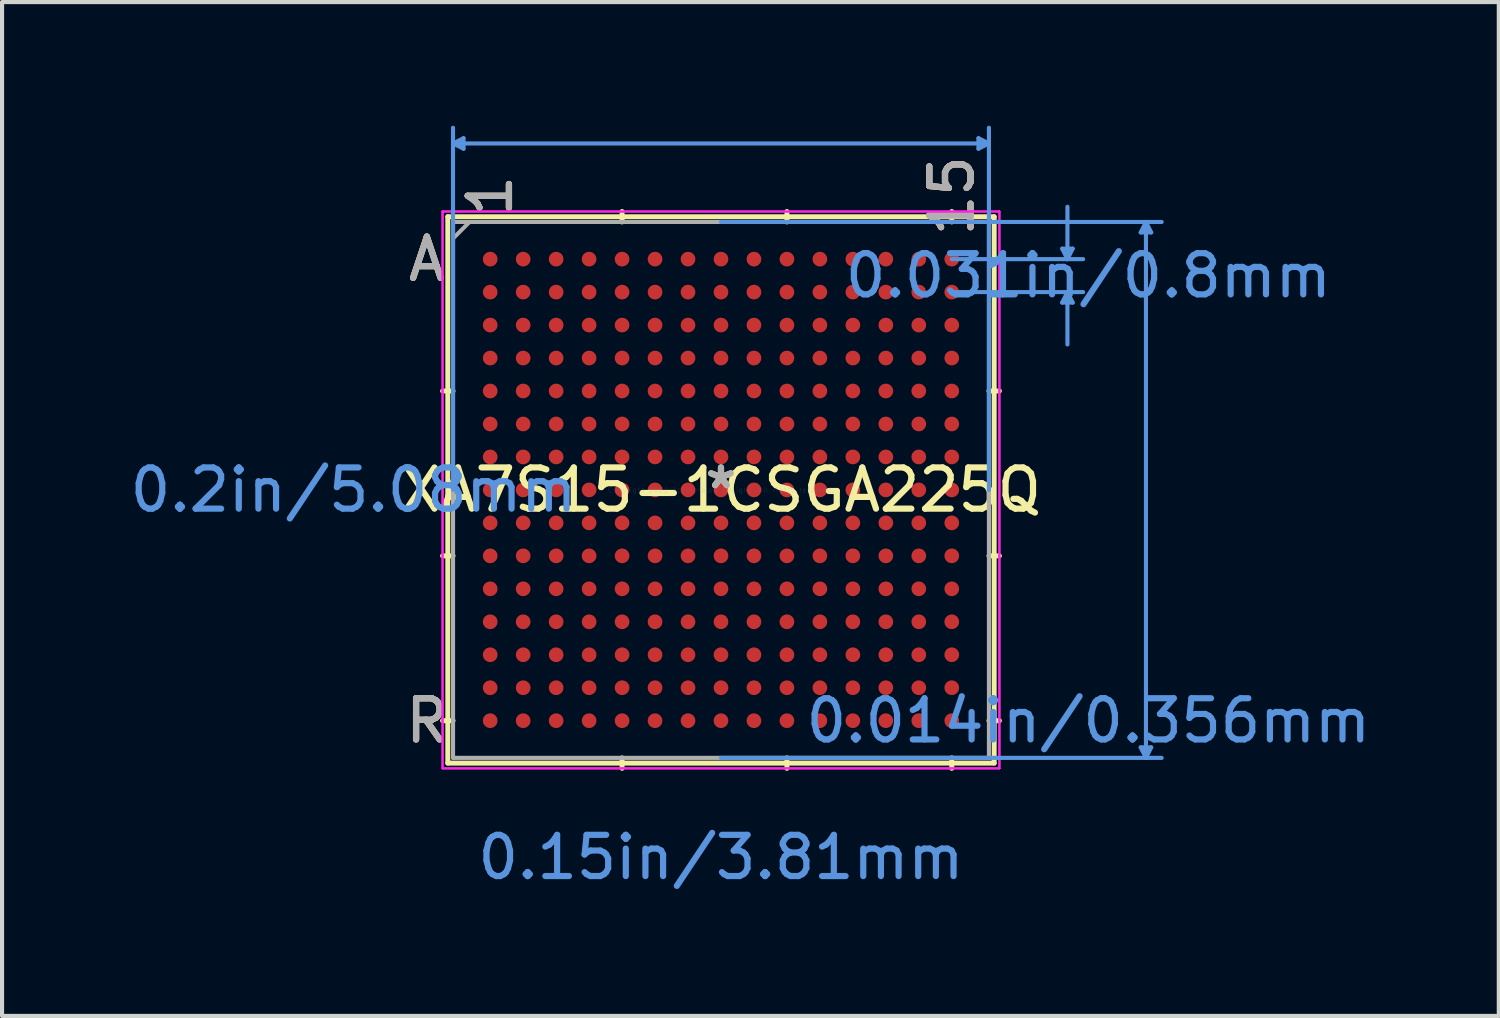
<source format=kicad_pcb>
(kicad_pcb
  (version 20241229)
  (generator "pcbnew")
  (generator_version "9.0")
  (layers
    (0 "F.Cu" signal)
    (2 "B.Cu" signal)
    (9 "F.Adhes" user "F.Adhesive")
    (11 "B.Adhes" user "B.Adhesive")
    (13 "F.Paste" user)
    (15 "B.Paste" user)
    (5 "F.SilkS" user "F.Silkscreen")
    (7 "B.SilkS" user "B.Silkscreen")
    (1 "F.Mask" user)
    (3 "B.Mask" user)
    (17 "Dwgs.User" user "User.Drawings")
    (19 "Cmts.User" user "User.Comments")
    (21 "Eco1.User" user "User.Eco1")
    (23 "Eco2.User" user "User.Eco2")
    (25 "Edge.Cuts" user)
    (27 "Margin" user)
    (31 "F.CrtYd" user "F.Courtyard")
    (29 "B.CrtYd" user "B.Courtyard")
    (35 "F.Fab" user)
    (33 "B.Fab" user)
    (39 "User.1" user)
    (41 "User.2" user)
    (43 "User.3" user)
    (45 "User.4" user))
  (footprint "XA7S15-1CSGA225Q"
    (layer "F.Cu")
    (at 14.445 8.838)
    (property "Reference" "XA7S15-1CSGA225Q" (at 0 0 0) (layer "F.SilkS") (effects (font (size 1 1) (thickness 0.15))))
    (attr through_hole)
    (fp_line (start -6.629 -6.629) (end -6.629 6.629) (stroke (width 0.12) (type solid)) (layer "F.SilkS"))
    (fp_line (start -6.629 6.629) (end 6.629 6.629) (stroke (width 0.12) (type solid)) (layer "F.SilkS"))
    (fp_line (start -6.502 -2.4) (end -6.756 -2.4) (stroke (width 0.12) (type solid)) (layer "F.SilkS"))
    (fp_line (start -6.502 1.6) (end -6.756 1.6) (stroke (width 0.12) (type solid)) (layer "F.SilkS"))
    (fp_line (start -6.502 5.6) (end -6.756 5.6) (stroke (width 0.12) (type solid)) (layer "F.SilkS"))
    (fp_line (start -2.4 -6.502) (end -2.4 -6.756) (stroke (width 0.12) (type solid)) (layer "F.SilkS"))
    (fp_line (start -2.4 6.502) (end -2.4 6.756) (stroke (width 0.12) (type solid)) (layer "F.SilkS"))
    (fp_line (start 1.6 -6.502) (end 1.6 -6.756) (stroke (width 0.12) (type solid)) (layer "F.SilkS"))
    (fp_line (start 1.6 6.502) (end 1.6 6.756) (stroke (width 0.12) (type solid)) (layer "F.SilkS"))
    (fp_line (start 5.6 -6.502) (end 5.6 -6.756) (stroke (width 0.12) (type solid)) (layer "F.SilkS"))
    (fp_line (start 5.6 6.502) (end 5.6 6.756) (stroke (width 0.12) (type solid)) (layer "F.SilkS"))
    (fp_line (start 6.502 -2.4) (end 6.756 -2.4) (stroke (width 0.12) (type solid)) (layer "F.SilkS"))
    (fp_line (start 6.502 1.6) (end 6.756 1.6) (stroke (width 0.12) (type solid)) (layer "F.SilkS"))
    (fp_line (start 6.502 5.6) (end 6.756 5.6) (stroke (width 0.12) (type solid)) (layer "F.SilkS"))
    (fp_line (start 6.629 -6.629) (end -6.629 -6.629) (stroke (width 0.12) (type solid)) (layer "F.SilkS"))
    (fp_line (start 6.629 6.629) (end 6.629 -6.629) (stroke (width 0.12) (type solid)) (layer "F.SilkS"))
    (fp_line (start -6.502 -8.407) (end -6.248 -8.534) (stroke (width 0.1) (type solid)) (layer "Cmts.User"))
    (fp_line (start -6.502 -8.407) (end -6.248 -8.28) (stroke (width 0.1) (type solid)) (layer "Cmts.User"))
    (fp_line (start -6.502 -8.407) (end 6.502 -8.407) (stroke (width 0.1) (type solid)) (layer "Cmts.User"))
    (fp_line (start -6.502 0) (end -6.502 -8.788) (stroke (width 0.1) (type solid)) (layer "Cmts.User"))
    (fp_line (start -6.248 -8.534) (end -6.248 -8.28) (stroke (width 0.1) (type solid)) (layer "Cmts.User"))
    (fp_line (start 0 -6.502) (end 10.693 -6.502) (stroke (width 0.1) (type solid)) (layer "Cmts.User"))
    (fp_line (start 0 6.502) (end 10.693 6.502) (stroke (width 0.1) (type solid)) (layer "Cmts.User"))
    (fp_line (start 5.6 -5.6) (end 8.788 -5.6) (stroke (width 0.1) (type solid)) (layer "Cmts.User"))
    (fp_line (start 5.6 -4.8) (end 8.788 -4.8) (stroke (width 0.1) (type solid)) (layer "Cmts.User"))
    (fp_line (start 6.248 -8.534) (end 6.248 -8.28) (stroke (width 0.1) (type solid)) (layer "Cmts.User"))
    (fp_line (start 6.502 -8.407) (end 6.248 -8.534) (stroke (width 0.1) (type solid)) (layer "Cmts.User"))
    (fp_line (start 6.502 -8.407) (end 6.248 -8.28) (stroke (width 0.1) (type solid)) (layer "Cmts.User"))
    (fp_line (start 6.502 0) (end 6.502 -8.788) (stroke (width 0.1) (type solid)) (layer "Cmts.User"))
    (fp_line (start 8.28 -5.854) (end 8.534 -5.854) (stroke (width 0.1) (type solid)) (layer "Cmts.User"))
    (fp_line (start 8.28 -4.546) (end 8.534 -4.546) (stroke (width 0.1) (type solid)) (layer "Cmts.User"))
    (fp_line (start 8.407 -5.6) (end 8.28 -5.854) (stroke (width 0.1) (type solid)) (layer "Cmts.User"))
    (fp_line (start 8.407 -5.6) (end 8.407 -6.87) (stroke (width 0.1) (type solid)) (layer "Cmts.User"))
    (fp_line (start 8.407 -5.6) (end 8.534 -5.854) (stroke (width 0.1) (type solid)) (layer "Cmts.User"))
    (fp_line (start 8.407 -4.8) (end 8.28 -4.546) (stroke (width 0.1) (type solid)) (layer "Cmts.User"))
    (fp_line (start 8.407 -4.8) (end 8.407 -3.53) (stroke (width 0.1) (type solid)) (layer "Cmts.User"))
    (fp_line (start 8.407 -4.8) (end 8.534 -4.546) (stroke (width 0.1) (type solid)) (layer "Cmts.User"))
    (fp_line (start 10.185 -6.248) (end 10.439 -6.248) (stroke (width 0.1) (type solid)) (layer "Cmts.User"))
    (fp_line (start 10.185 6.248) (end 10.439 6.248) (stroke (width 0.1) (type solid)) (layer "Cmts.User"))
    (fp_line (start 10.312 -6.502) (end 10.185 -6.248) (stroke (width 0.1) (type solid)) (layer "Cmts.User"))
    (fp_line (start 10.312 -6.502) (end 10.312 6.502) (stroke (width 0.1) (type solid)) (layer "Cmts.User"))
    (fp_line (start 10.312 -6.502) (end 10.439 -6.248) (stroke (width 0.1) (type solid)) (layer "Cmts.User"))
    (fp_line (start 10.312 6.502) (end 10.185 6.248) (stroke (width 0.1) (type solid)) (layer "Cmts.User"))
    (fp_line (start 10.312 6.502) (end 10.439 6.248) (stroke (width 0.1) (type solid)) (layer "Cmts.User"))
    (fp_line (start -6.756 -6.756) (end 6.756 -6.756) (stroke (width 0.05) (type solid)) (layer "F.CrtYd"))
    (fp_line (start -6.756 -6.756) (end 6.756 -6.756) (stroke (width 0.05) (type solid)) (layer "F.CrtYd"))
    (fp_line (start -6.756 6.756) (end -6.756 -6.756) (stroke (width 0.05) (type solid)) (layer "F.CrtYd"))
    (fp_line (start -6.756 6.756) (end -6.756 -6.756) (stroke (width 0.05) (type solid)) (layer "F.CrtYd"))
    (fp_line (start 6.756 -6.756) (end 6.756 6.756) (stroke (width 0.05) (type solid)) (layer "F.CrtYd"))
    (fp_line (start 6.756 -6.756) (end 6.756 6.756) (stroke (width 0.05) (type solid)) (layer "F.CrtYd"))
    (fp_line (start 6.756 6.756) (end -6.756 6.756) (stroke (width 0.05) (type solid)) (layer "F.CrtYd"))
    (fp_line (start 6.756 6.756) (end -6.756 6.756) (stroke (width 0.05) (type solid)) (layer "F.CrtYd"))
    (fp_line (start -6.502 -6.502) (end -6.502 6.502) (stroke (width 0.1) (type solid)) (layer "F.Fab"))
    (fp_line (start -6.502 6.502) (end 6.502 6.502) (stroke (width 0.1) (type solid)) (layer "F.Fab"))
    (fp_line (start -6.102 -6.502) (end -6.502 -6.102) (stroke (width 0.1) (type solid)) (layer "F.Fab"))
    (fp_line (start 6.502 -6.502) (end -6.502 -6.502) (stroke (width 0.1) (type solid)) (layer "F.Fab"))
    (fp_line (start 6.502 6.502) (end 6.502 -6.502) (stroke (width 0.1) (type solid)) (layer "F.Fab"))
    (fp_text user "A" (at -7.137 -5.6 0) (layer "F.SilkS") (effects (font (size 1 1) (thickness 0.15))))
    (fp_text user "*" (at 0 0 0) (layer "F.SilkS") (effects (font (size 1 1) (thickness 0.15))))
    (fp_text user "R" (at -7.137 5.6 0) (layer "F.SilkS") (effects (font (size 1 1) (thickness 0.15))))
    (fp_text user "15" (at 5.6 -7.137 90) (layer "F.SilkS") (effects (font (size 1 1) (thickness 0.15))))
    (fp_text user "1" (at -5.6 -7.137 90) (layer "F.SilkS") (effects (font (size 1 1) (thickness 0.15))))
    (fp_text user "A" (at -7.137 -5.6 0) (layer "B.SilkS") (effects (font (size 1 1) (thickness 0.15))))
    (fp_text user "R" (at -7.137 5.6 0) (layer "B.SilkS") (effects (font (size 1 1) (thickness 0.15))))
    (fp_text user "1" (at -5.6 -7.137 90) (layer "B.SilkS") (effects (font (size 1 1) (thickness 0.15))))
    (fp_text user "15" (at 5.6 -7.137 90) (layer "B.SilkS") (effects (font (size 1 1) (thickness 0.15))))
    (fp_text user "0.031in/0.8mm" (at 8.915 -5.2 0) (layer "Cmts.User") (effects (font (size 1 1) (thickness 0.15))))
    (fp_text user "Copyright 2021 Accelerated Designs. All rights reserved." (at 0 0 0) (layer "Cmts.User") (effects (font (size 0.127 0.127) (thickness 0.002))))
    (fp_text user "0.014in/0.356mm" (at 8.915 5.6 0) (layer "Cmts.User") (effects (font (size 1 1) (thickness 0.15))))
    (fp_text user "0.2in/5.08mm" (at -8.915 0 0) (layer "Cmts.User") (effects (font (size 1 1) (thickness 0.15))))
    (fp_text user "0.15in/3.81mm" (at 0 8.915 0) (layer "Cmts.User") (effects (font (size 1 1) (thickness 0.15))))
    (fp_text user "A" (at -7.137 -5.6 0) (layer "F.Fab") (effects (font (size 1 1) (thickness 0.15))))
    (fp_text user "*" (at 0 0 0) (layer "F.Fab") (effects (font (size 1 1) (thickness 0.15))))
    (fp_text user "1" (at -5.6 -7.137 90) (layer "F.Fab") (effects (font (size 1 1) (thickness 0.15))))
    (fp_text user "15" (at 5.6 -7.137 90) (layer "F.Fab") (effects (font (size 1 1) (thickness 0.15))))
    (fp_text user "R" (at -7.137 5.6 0) (layer "F.Fab") (effects (font (size 1 1) (thickness 0.15))))
    (pad "A1" smd circle (at -5.6 -5.6) (size 0.356 0.356) (layers "F.Cu" "F.Mask" "F.Paste"))
    (pad "A2" smd circle (at -4.8 -5.6) (size 0.356 0.356) (layers "F.Cu" "F.Mask" "F.Paste"))
    (pad "A3" smd circle (at -4 -5.6) (size 0.356 0.356) (layers "F.Cu" "F.Mask" "F.Paste"))
    (pad "A4" smd circle (at -3.2 -5.6) (size 0.356 0.356) (layers "F.Cu" "F.Mask" "F.Paste"))
    (pad "A5" smd circle (at -2.4 -5.6) (size 0.356 0.356) (layers "F.Cu" "F.Mask" "F.Paste"))
    (pad "A6" smd circle (at -1.6 -5.6) (size 0.356 0.356) (layers "F.Cu" "F.Mask" "F.Paste"))
    (pad "A7" smd circle (at -0.8 -5.6) (size 0.356 0.356) (layers "F.Cu" "F.Mask" "F.Paste"))
    (pad "A8" smd circle (at 0 -5.6) (size 0.356 0.356) (layers "F.Cu" "F.Mask" "F.Paste"))
    (pad "A9" smd circle (at 0.8 -5.6) (size 0.356 0.356) (layers "F.Cu" "F.Mask" "F.Paste"))
    (pad "A10" smd circle (at 1.6 -5.6) (size 0.356 0.356) (layers "F.Cu" "F.Mask" "F.Paste"))
    (pad "A11" smd circle (at 2.4 -5.6) (size 0.356 0.356) (layers "F.Cu" "F.Mask" "F.Paste"))
    (pad "A12" smd circle (at 3.2 -5.6) (size 0.356 0.356) (layers "F.Cu" "F.Mask" "F.Paste"))
    (pad "A13" smd circle (at 4 -5.6) (size 0.356 0.356) (layers "F.Cu" "F.Mask" "F.Paste"))
    (pad "A14" smd circle (at 4.8 -5.6) (size 0.356 0.356) (layers "F.Cu" "F.Mask" "F.Paste"))
    (pad "A15" smd circle (at 5.6 -5.6) (size 0.356 0.356) (layers "F.Cu" "F.Mask" "F.Paste"))
    (pad "B1" smd circle (at -5.6 -4.8) (size 0.356 0.356) (layers "F.Cu" "F.Mask" "F.Paste"))
    (pad "B2" smd circle (at -4.8 -4.8) (size 0.356 0.356) (layers "F.Cu" "F.Mask" "F.Paste"))
    (pad "B3" smd circle (at -4 -4.8) (size 0.356 0.356) (layers "F.Cu" "F.Mask" "F.Paste"))
    (pad "B4" smd circle (at -3.2 -4.8) (size 0.356 0.356) (layers "F.Cu" "F.Mask" "F.Paste"))
    (pad "B5" smd circle (at -2.4 -4.8) (size 0.356 0.356) (layers "F.Cu" "F.Mask" "F.Paste"))
    (pad "B6" smd circle (at -1.6 -4.8) (size 0.356 0.356) (layers "F.Cu" "F.Mask" "F.Paste"))
    (pad "B7" smd circle (at -0.8 -4.8) (size 0.356 0.356) (layers "F.Cu" "F.Mask" "F.Paste"))
    (pad "B8" smd circle (at 0 -4.8) (size 0.356 0.356) (layers "F.Cu" "F.Mask" "F.Paste"))
    (pad "B9" smd circle (at 0.8 -4.8) (size 0.356 0.356) (layers "F.Cu" "F.Mask" "F.Paste"))
    (pad "B10" smd circle (at 1.6 -4.8) (size 0.356 0.356) (layers "F.Cu" "F.Mask" "F.Paste"))
    (pad "B11" smd circle (at 2.4 -4.8) (size 0.356 0.356) (layers "F.Cu" "F.Mask" "F.Paste"))
    (pad "B12" smd circle (at 3.2 -4.8) (size 0.356 0.356) (layers "F.Cu" "F.Mask" "F.Paste"))
    (pad "B13" smd circle (at 4 -4.8) (size 0.356 0.356) (layers "F.Cu" "F.Mask" "F.Paste"))
    (pad "B14" smd circle (at 4.8 -4.8) (size 0.356 0.356) (layers "F.Cu" "F.Mask" "F.Paste"))
    (pad "B15" smd circle (at 5.6 -4.8) (size 0.356 0.356) (layers "F.Cu" "F.Mask" "F.Paste"))
    (pad "C1" smd circle (at -5.6 -4) (size 0.356 0.356) (layers "F.Cu" "F.Mask" "F.Paste"))
    (pad "C2" smd circle (at -4.8 -4) (size 0.356 0.356) (layers "F.Cu" "F.Mask" "F.Paste"))
    (pad "C3" smd circle (at -4 -4) (size 0.356 0.356) (layers "F.Cu" "F.Mask" "F.Paste"))
    (pad "C4" smd circle (at -3.2 -4) (size 0.356 0.356) (layers "F.Cu" "F.Mask" "F.Paste"))
    (pad "C5" smd circle (at -2.4 -4) (size 0.356 0.356) (layers "F.Cu" "F.Mask" "F.Paste"))
    (pad "C6" smd circle (at -1.6 -4) (size 0.356 0.356) (layers "F.Cu" "F.Mask" "F.Paste"))
    (pad "C7" smd circle (at -0.8 -4) (size 0.356 0.356) (layers "F.Cu" "F.Mask" "F.Paste"))
    (pad "C8" smd circle (at 0 -4) (size 0.356 0.356) (layers "F.Cu" "F.Mask" "F.Paste"))
    (pad "C9" smd circle (at 0.8 -4) (size 0.356 0.356) (layers "F.Cu" "F.Mask" "F.Paste"))
    (pad "C10" smd circle (at 1.6 -4) (size 0.356 0.356) (layers "F.Cu" "F.Mask" "F.Paste"))
    (pad "C11" smd circle (at 2.4 -4) (size 0.356 0.356) (layers "F.Cu" "F.Mask" "F.Paste"))
    (pad "C12" smd circle (at 3.2 -4) (size 0.356 0.356) (layers "F.Cu" "F.Mask" "F.Paste"))
    (pad "C13" smd circle (at 4 -4) (size 0.356 0.356) (layers "F.Cu" "F.Mask" "F.Paste"))
    (pad "C14" smd circle (at 4.8 -4) (size 0.356 0.356) (layers "F.Cu" "F.Mask" "F.Paste"))
    (pad "C15" smd circle (at 5.6 -4) (size 0.356 0.356) (layers "F.Cu" "F.Mask" "F.Paste"))
    (pad "D1" smd circle (at -5.6 -3.2) (size 0.356 0.356) (layers "F.Cu" "F.Mask" "F.Paste"))
    (pad "D2" smd circle (at -4.8 -3.2) (size 0.356 0.356) (layers "F.Cu" "F.Mask" "F.Paste"))
    (pad "D3" smd circle (at -4 -3.2) (size 0.356 0.356) (layers "F.Cu" "F.Mask" "F.Paste"))
    (pad "D4" smd circle (at -3.2 -3.2) (size 0.356 0.356) (layers "F.Cu" "F.Mask" "F.Paste"))
    (pad "D5" smd circle (at -2.4 -3.2) (size 0.356 0.356) (layers "F.Cu" "F.Mask" "F.Paste"))
    (pad "D6" smd circle (at -1.6 -3.2) (size 0.356 0.356) (layers "F.Cu" "F.Mask" "F.Paste"))
    (pad "D7" smd circle (at -0.8 -3.2) (size 0.356 0.356) (layers "F.Cu" "F.Mask" "F.Paste"))
    (pad "D8" smd circle (at 0 -3.2) (size 0.356 0.356) (layers "F.Cu" "F.Mask" "F.Paste"))
    (pad "D9" smd circle (at 0.8 -3.2) (size 0.356 0.356) (layers "F.Cu" "F.Mask" "F.Paste"))
    (pad "D10" smd circle (at 1.6 -3.2) (size 0.356 0.356) (layers "F.Cu" "F.Mask" "F.Paste"))
    (pad "D11" smd circle (at 2.4 -3.2) (size 0.356 0.356) (layers "F.Cu" "F.Mask" "F.Paste"))
    (pad "D12" smd circle (at 3.2 -3.2) (size 0.356 0.356) (layers "F.Cu" "F.Mask" "F.Paste"))
    (pad "D13" smd circle (at 4 -3.2) (size 0.356 0.356) (layers "F.Cu" "F.Mask" "F.Paste"))
    (pad "D14" smd circle (at 4.8 -3.2) (size 0.356 0.356) (layers "F.Cu" "F.Mask" "F.Paste"))
    (pad "D15" smd circle (at 5.6 -3.2) (size 0.356 0.356) (layers "F.Cu" "F.Mask" "F.Paste"))
    (pad "E1" smd circle (at -5.6 -2.4) (size 0.356 0.356) (layers "F.Cu" "F.Mask" "F.Paste"))
    (pad "E2" smd circle (at -4.8 -2.4) (size 0.356 0.356) (layers "F.Cu" "F.Mask" "F.Paste"))
    (pad "E3" smd circle (at -4 -2.4) (size 0.356 0.356) (layers "F.Cu" "F.Mask" "F.Paste"))
    (pad "E4" smd circle (at -3.2 -2.4) (size 0.356 0.356) (layers "F.Cu" "F.Mask" "F.Paste"))
    (pad "E5" smd circle (at -2.4 -2.4) (size 0.356 0.356) (layers "F.Cu" "F.Mask" "F.Paste"))
    (pad "E6" smd circle (at -1.6 -2.4) (size 0.356 0.356) (layers "F.Cu" "F.Mask" "F.Paste"))
    (pad "E7" smd circle (at -0.8 -2.4) (size 0.356 0.356) (layers "F.Cu" "F.Mask" "F.Paste"))
    (pad "E8" smd circle (at 0 -2.4) (size 0.356 0.356) (layers "F.Cu" "F.Mask" "F.Paste"))
    (pad "E9" smd circle (at 0.8 -2.4) (size 0.356 0.356) (layers "F.Cu" "F.Mask" "F.Paste"))
    (pad "E10" smd circle (at 1.6 -2.4) (size 0.356 0.356) (layers "F.Cu" "F.Mask" "F.Paste"))
    (pad "E11" smd circle (at 2.4 -2.4) (size 0.356 0.356) (layers "F.Cu" "F.Mask" "F.Paste"))
    (pad "E12" smd circle (at 3.2 -2.4) (size 0.356 0.356) (layers "F.Cu" "F.Mask" "F.Paste"))
    (pad "E13" smd circle (at 4 -2.4) (size 0.356 0.356) (layers "F.Cu" "F.Mask" "F.Paste"))
    (pad "E14" smd circle (at 4.8 -2.4) (size 0.356 0.356) (layers "F.Cu" "F.Mask" "F.Paste"))
    (pad "E15" smd circle (at 5.6 -2.4) (size 0.356 0.356) (layers "F.Cu" "F.Mask" "F.Paste"))
    (pad "F1" smd circle (at -5.6 -1.6) (size 0.356 0.356) (layers "F.Cu" "F.Mask" "F.Paste"))
    (pad "F2" smd circle (at -4.8 -1.6) (size 0.356 0.356) (layers "F.Cu" "F.Mask" "F.Paste"))
    (pad "F3" smd circle (at -4 -1.6) (size 0.356 0.356) (layers "F.Cu" "F.Mask" "F.Paste"))
    (pad "F4" smd circle (at -3.2 -1.6) (size 0.356 0.356) (layers "F.Cu" "F.Mask" "F.Paste"))
    (pad "F5" smd circle (at -2.4 -1.6) (size 0.356 0.356) (layers "F.Cu" "F.Mask" "F.Paste"))
    (pad "F6" smd circle (at -1.6 -1.6) (size 0.356 0.356) (layers "F.Cu" "F.Mask" "F.Paste"))
    (pad "F7" smd circle (at -0.8 -1.6) (size 0.356 0.356) (layers "F.Cu" "F.Mask" "F.Paste"))
    (pad "F8" smd circle (at 0 -1.6) (size 0.356 0.356) (layers "F.Cu" "F.Mask" "F.Paste"))
    (pad "F9" smd circle (at 0.8 -1.6) (size 0.356 0.356) (layers "F.Cu" "F.Mask" "F.Paste"))
    (pad "F10" smd circle (at 1.6 -1.6) (size 0.356 0.356) (layers "F.Cu" "F.Mask" "F.Paste"))
    (pad "F11" smd circle (at 2.4 -1.6) (size 0.356 0.356) (layers "F.Cu" "F.Mask" "F.Paste"))
    (pad "F12" smd circle (at 3.2 -1.6) (size 0.356 0.356) (layers "F.Cu" "F.Mask" "F.Paste"))
    (pad "F13" smd circle (at 4 -1.6) (size 0.356 0.356) (layers "F.Cu" "F.Mask" "F.Paste"))
    (pad "F14" smd circle (at 4.8 -1.6) (size 0.356 0.356) (layers "F.Cu" "F.Mask" "F.Paste"))
    (pad "F15" smd circle (at 5.6 -1.6) (size 0.356 0.356) (layers "F.Cu" "F.Mask" "F.Paste"))
    (pad "G1" smd circle (at -5.6 -0.8) (size 0.356 0.356) (layers "F.Cu" "F.Mask" "F.Paste"))
    (pad "G2" smd circle (at -4.8 -0.8) (size 0.356 0.356) (layers "F.Cu" "F.Mask" "F.Paste"))
    (pad "G3" smd circle (at -4 -0.8) (size 0.356 0.356) (layers "F.Cu" "F.Mask" "F.Paste"))
    (pad "G4" smd circle (at -3.2 -0.8) (size 0.356 0.356) (layers "F.Cu" "F.Mask" "F.Paste"))
    (pad "G5" smd circle (at -2.4 -0.8) (size 0.356 0.356) (layers "F.Cu" "F.Mask" "F.Paste"))
    (pad "G6" smd circle (at -1.6 -0.8) (size 0.356 0.356) (layers "F.Cu" "F.Mask" "F.Paste"))
    (pad "G7" smd circle (at -0.8 -0.8) (size 0.356 0.356) (layers "F.Cu" "F.Mask" "F.Paste"))
    (pad "G8" smd circle (at 0 -0.8) (size 0.356 0.356) (layers "F.Cu" "F.Mask" "F.Paste"))
    (pad "G9" smd circle (at 0.8 -0.8) (size 0.356 0.356) (layers "F.Cu" "F.Mask" "F.Paste"))
    (pad "G10" smd circle (at 1.6 -0.8) (size 0.356 0.356) (layers "F.Cu" "F.Mask" "F.Paste"))
    (pad "G11" smd circle (at 2.4 -0.8) (size 0.356 0.356) (layers "F.Cu" "F.Mask" "F.Paste"))
    (pad "G12" smd circle (at 3.2 -0.8) (size 0.356 0.356) (layers "F.Cu" "F.Mask" "F.Paste"))
    (pad "G13" smd circle (at 4 -0.8) (size 0.356 0.356) (layers "F.Cu" "F.Mask" "F.Paste"))
    (pad "G14" smd circle (at 4.8 -0.8) (size 0.356 0.356) (layers "F.Cu" "F.Mask" "F.Paste"))
    (pad "G15" smd circle (at 5.6 -0.8) (size 0.356 0.356) (layers "F.Cu" "F.Mask" "F.Paste"))
    (pad "H1" smd circle (at -5.6 0) (size 0.356 0.356) (layers "F.Cu" "F.Mask" "F.Paste"))
    (pad "H2" smd circle (at -4.8 0) (size 0.356 0.356) (layers "F.Cu" "F.Mask" "F.Paste"))
    (pad "H3" smd circle (at -4 0) (size 0.356 0.356) (layers "F.Cu" "F.Mask" "F.Paste"))
    (pad "H4" smd circle (at -3.2 0) (size 0.356 0.356) (layers "F.Cu" "F.Mask" "F.Paste"))
    (pad "H5" smd circle (at -2.4 0) (size 0.356 0.356) (layers "F.Cu" "F.Mask" "F.Paste"))
    (pad "H6" smd circle (at -1.6 0) (size 0.356 0.356) (layers "F.Cu" "F.Mask" "F.Paste"))
    (pad "H7" smd circle (at -0.8 0) (size 0.356 0.356) (layers "F.Cu" "F.Mask" "F.Paste"))
    (pad "H8" smd circle (at 0 0) (size 0.356 0.356) (layers "F.Cu" "F.Mask" "F.Paste"))
    (pad "H9" smd circle (at 0.8 0) (size 0.356 0.356) (layers "F.Cu" "F.Mask" "F.Paste"))
    (pad "H10" smd circle (at 1.6 0) (size 0.356 0.356) (layers "F.Cu" "F.Mask" "F.Paste"))
    (pad "H11" smd circle (at 2.4 0) (size 0.356 0.356) (layers "F.Cu" "F.Mask" "F.Paste"))
    (pad "H12" smd circle (at 3.2 0) (size 0.356 0.356) (layers "F.Cu" "F.Mask" "F.Paste"))
    (pad "H13" smd circle (at 4 0) (size 0.356 0.356) (layers "F.Cu" "F.Mask" "F.Paste"))
    (pad "H14" smd circle (at 4.8 0) (size 0.356 0.356) (layers "F.Cu" "F.Mask" "F.Paste"))
    (pad "H15" smd circle (at 5.6 0) (size 0.356 0.356) (layers "F.Cu" "F.Mask" "F.Paste"))
    (pad "J1" smd circle (at -5.6 0.8) (size 0.356 0.356) (layers "F.Cu" "F.Mask" "F.Paste"))
    (pad "J2" smd circle (at -4.8 0.8) (size 0.356 0.356) (layers "F.Cu" "F.Mask" "F.Paste"))
    (pad "J3" smd circle (at -4 0.8) (size 0.356 0.356) (layers "F.Cu" "F.Mask" "F.Paste"))
    (pad "J4" smd circle (at -3.2 0.8) (size 0.356 0.356) (layers "F.Cu" "F.Mask" "F.Paste"))
    (pad "J5" smd circle (at -2.4 0.8) (size 0.356 0.356) (layers "F.Cu" "F.Mask" "F.Paste"))
    (pad "J6" smd circle (at -1.6 0.8) (size 0.356 0.356) (layers "F.Cu" "F.Mask" "F.Paste"))
    (pad "J7" smd circle (at -0.8 0.8) (size 0.356 0.356) (layers "F.Cu" "F.Mask" "F.Paste"))
    (pad "J8" smd circle (at 0 0.8) (size 0.356 0.356) (layers "F.Cu" "F.Mask" "F.Paste"))
    (pad "J9" smd circle (at 0.8 0.8) (size 0.356 0.356) (layers "F.Cu" "F.Mask" "F.Paste"))
    (pad "J10" smd circle (at 1.6 0.8) (size 0.356 0.356) (layers "F.Cu" "F.Mask" "F.Paste"))
    (pad "J11" smd circle (at 2.4 0.8) (size 0.356 0.356) (layers "F.Cu" "F.Mask" "F.Paste"))
    (pad "J12" smd circle (at 3.2 0.8) (size 0.356 0.356) (layers "F.Cu" "F.Mask" "F.Paste"))
    (pad "J13" smd circle (at 4 0.8) (size 0.356 0.356) (layers "F.Cu" "F.Mask" "F.Paste"))
    (pad "J14" smd circle (at 4.8 0.8) (size 0.356 0.356) (layers "F.Cu" "F.Mask" "F.Paste"))
    (pad "J15" smd circle (at 5.6 0.8) (size 0.356 0.356) (layers "F.Cu" "F.Mask" "F.Paste"))
    (pad "K1" smd circle (at -5.6 1.6) (size 0.356 0.356) (layers "F.Cu" "F.Mask" "F.Paste"))
    (pad "K2" smd circle (at -4.8 1.6) (size 0.356 0.356) (layers "F.Cu" "F.Mask" "F.Paste"))
    (pad "K3" smd circle (at -4 1.6) (size 0.356 0.356) (layers "F.Cu" "F.Mask" "F.Paste"))
    (pad "K4" smd circle (at -3.2 1.6) (size 0.356 0.356) (layers "F.Cu" "F.Mask" "F.Paste"))
    (pad "K5" smd circle (at -2.4 1.6) (size 0.356 0.356) (layers "F.Cu" "F.Mask" "F.Paste"))
    (pad "K6" smd circle (at -1.6 1.6) (size 0.356 0.356) (layers "F.Cu" "F.Mask" "F.Paste"))
    (pad "K7" smd circle (at -0.8 1.6) (size 0.356 0.356) (layers "F.Cu" "F.Mask" "F.Paste"))
    (pad "K8" smd circle (at 0 1.6) (size 0.356 0.356) (layers "F.Cu" "F.Mask" "F.Paste"))
    (pad "K9" smd circle (at 0.8 1.6) (size 0.356 0.356) (layers "F.Cu" "F.Mask" "F.Paste"))
    (pad "K10" smd circle (at 1.6 1.6) (size 0.356 0.356) (layers "F.Cu" "F.Mask" "F.Paste"))
    (pad "K11" smd circle (at 2.4 1.6) (size 0.356 0.356) (layers "F.Cu" "F.Mask" "F.Paste"))
    (pad "K12" smd circle (at 3.2 1.6) (size 0.356 0.356) (layers "F.Cu" "F.Mask" "F.Paste"))
    (pad "K13" smd circle (at 4 1.6) (size 0.356 0.356) (layers "F.Cu" "F.Mask" "F.Paste"))
    (pad "K14" smd circle (at 4.8 1.6) (size 0.356 0.356) (layers "F.Cu" "F.Mask" "F.Paste"))
    (pad "K15" smd circle (at 5.6 1.6) (size 0.356 0.356) (layers "F.Cu" "F.Mask" "F.Paste"))
    (pad "L1" smd circle (at -5.6 2.4) (size 0.356 0.356) (layers "F.Cu" "F.Mask" "F.Paste"))
    (pad "L2" smd circle (at -4.8 2.4) (size 0.356 0.356) (layers "F.Cu" "F.Mask" "F.Paste"))
    (pad "L3" smd circle (at -4 2.4) (size 0.356 0.356) (layers "F.Cu" "F.Mask" "F.Paste"))
    (pad "L4" smd circle (at -3.2 2.4) (size 0.356 0.356) (layers "F.Cu" "F.Mask" "F.Paste"))
    (pad "L5" smd circle (at -2.4 2.4) (size 0.356 0.356) (layers "F.Cu" "F.Mask" "F.Paste"))
    (pad "L6" smd circle (at -1.6 2.4) (size 0.356 0.356) (layers "F.Cu" "F.Mask" "F.Paste"))
    (pad "L7" smd circle (at -0.8 2.4) (size 0.356 0.356) (layers "F.Cu" "F.Mask" "F.Paste"))
    (pad "L8" smd circle (at 0 2.4) (size 0.356 0.356) (layers "F.Cu" "F.Mask" "F.Paste"))
    (pad "L9" smd circle (at 0.8 2.4) (size 0.356 0.356) (layers "F.Cu" "F.Mask" "F.Paste"))
    (pad "L10" smd circle (at 1.6 2.4) (size 0.356 0.356) (layers "F.Cu" "F.Mask" "F.Paste"))
    (pad "L11" smd circle (at 2.4 2.4) (size 0.356 0.356) (layers "F.Cu" "F.Mask" "F.Paste"))
    (pad "L12" smd circle (at 3.2 2.4) (size 0.356 0.356) (layers "F.Cu" "F.Mask" "F.Paste"))
    (pad "L13" smd circle (at 4 2.4) (size 0.356 0.356) (layers "F.Cu" "F.Mask" "F.Paste"))
    (pad "L14" smd circle (at 4.8 2.4) (size 0.356 0.356) (layers "F.Cu" "F.Mask" "F.Paste"))
    (pad "L15" smd circle (at 5.6 2.4) (size 0.356 0.356) (layers "F.Cu" "F.Mask" "F.Paste"))
    (pad "M1" smd circle (at -5.6 3.2) (size 0.356 0.356) (layers "F.Cu" "F.Mask" "F.Paste"))
    (pad "M2" smd circle (at -4.8 3.2) (size 0.356 0.356) (layers "F.Cu" "F.Mask" "F.Paste"))
    (pad "M3" smd circle (at -4 3.2) (size 0.356 0.356) (layers "F.Cu" "F.Mask" "F.Paste"))
    (pad "M4" smd circle (at -3.2 3.2) (size 0.356 0.356) (layers "F.Cu" "F.Mask" "F.Paste"))
    (pad "M5" smd circle (at -2.4 3.2) (size 0.356 0.356) (layers "F.Cu" "F.Mask" "F.Paste"))
    (pad "M6" smd circle (at -1.6 3.2) (size 0.356 0.356) (layers "F.Cu" "F.Mask" "F.Paste"))
    (pad "M7" smd circle (at -0.8 3.2) (size 0.356 0.356) (layers "F.Cu" "F.Mask" "F.Paste"))
    (pad "M8" smd circle (at 0 3.2) (size 0.356 0.356) (layers "F.Cu" "F.Mask" "F.Paste"))
    (pad "M9" smd circle (at 0.8 3.2) (size 0.356 0.356) (layers "F.Cu" "F.Mask" "F.Paste"))
    (pad "M10" smd circle (at 1.6 3.2) (size 0.356 0.356) (layers "F.Cu" "F.Mask" "F.Paste"))
    (pad "M11" smd circle (at 2.4 3.2) (size 0.356 0.356) (layers "F.Cu" "F.Mask" "F.Paste"))
    (pad "M12" smd circle (at 3.2 3.2) (size 0.356 0.356) (layers "F.Cu" "F.Mask" "F.Paste"))
    (pad "M13" smd circle (at 4 3.2) (size 0.356 0.356) (layers "F.Cu" "F.Mask" "F.Paste"))
    (pad "M14" smd circle (at 4.8 3.2) (size 0.356 0.356) (layers "F.Cu" "F.Mask" "F.Paste"))
    (pad "M15" smd circle (at 5.6 3.2) (size 0.356 0.356) (layers "F.Cu" "F.Mask" "F.Paste"))
    (pad "N1" smd circle (at -5.6 4) (size 0.356 0.356) (layers "F.Cu" "F.Mask" "F.Paste"))
    (pad "N2" smd circle (at -4.8 4) (size 0.356 0.356) (layers "F.Cu" "F.Mask" "F.Paste"))
    (pad "N3" smd circle (at -4 4) (size 0.356 0.356) (layers "F.Cu" "F.Mask" "F.Paste"))
    (pad "N4" smd circle (at -3.2 4) (size 0.356 0.356) (layers "F.Cu" "F.Mask" "F.Paste"))
    (pad "N5" smd circle (at -2.4 4) (size 0.356 0.356) (layers "F.Cu" "F.Mask" "F.Paste"))
    (pad "N6" smd circle (at -1.6 4) (size 0.356 0.356) (layers "F.Cu" "F.Mask" "F.Paste"))
    (pad "N7" smd circle (at -0.8 4) (size 0.356 0.356) (layers "F.Cu" "F.Mask" "F.Paste"))
    (pad "N8" smd circle (at 0 4) (size 0.356 0.356) (layers "F.Cu" "F.Mask" "F.Paste"))
    (pad "N9" smd circle (at 0.8 4) (size 0.356 0.356) (layers "F.Cu" "F.Mask" "F.Paste"))
    (pad "N10" smd circle (at 1.6 4) (size 0.356 0.356) (layers "F.Cu" "F.Mask" "F.Paste"))
    (pad "N11" smd circle (at 2.4 4) (size 0.356 0.356) (layers "F.Cu" "F.Mask" "F.Paste"))
    (pad "N12" smd circle (at 3.2 4) (size 0.356 0.356) (layers "F.Cu" "F.Mask" "F.Paste"))
    (pad "N13" smd circle (at 4 4) (size 0.356 0.356) (layers "F.Cu" "F.Mask" "F.Paste"))
    (pad "N14" smd circle (at 4.8 4) (size 0.356 0.356) (layers "F.Cu" "F.Mask" "F.Paste"))
    (pad "N15" smd circle (at 5.6 4) (size 0.356 0.356) (layers "F.Cu" "F.Mask" "F.Paste"))
    (pad "P1" smd circle (at -5.6 4.8) (size 0.356 0.356) (layers "F.Cu" "F.Mask" "F.Paste"))
    (pad "P2" smd circle (at -4.8 4.8) (size 0.356 0.356) (layers "F.Cu" "F.Mask" "F.Paste"))
    (pad "P3" smd circle (at -4 4.8) (size 0.356 0.356) (layers "F.Cu" "F.Mask" "F.Paste"))
    (pad "P4" smd circle (at -3.2 4.8) (size 0.356 0.356) (layers "F.Cu" "F.Mask" "F.Paste"))
    (pad "P5" smd circle (at -2.4 4.8) (size 0.356 0.356) (layers "F.Cu" "F.Mask" "F.Paste"))
    (pad "P6" smd circle (at -1.6 4.8) (size 0.356 0.356) (layers "F.Cu" "F.Mask" "F.Paste"))
    (pad "P7" smd circle (at -0.8 4.8) (size 0.356 0.356) (layers "F.Cu" "F.Mask" "F.Paste"))
    (pad "P8" smd circle (at 0 4.8) (size 0.356 0.356) (layers "F.Cu" "F.Mask" "F.Paste"))
    (pad "P9" smd circle (at 0.8 4.8) (size 0.356 0.356) (layers "F.Cu" "F.Mask" "F.Paste"))
    (pad "P10" smd circle (at 1.6 4.8) (size 0.356 0.356) (layers "F.Cu" "F.Mask" "F.Paste"))
    (pad "P11" smd circle (at 2.4 4.8) (size 0.356 0.356) (layers "F.Cu" "F.Mask" "F.Paste"))
    (pad "P12" smd circle (at 3.2 4.8) (size 0.356 0.356) (layers "F.Cu" "F.Mask" "F.Paste"))
    (pad "P13" smd circle (at 4 4.8) (size 0.356 0.356) (layers "F.Cu" "F.Mask" "F.Paste"))
    (pad "P14" smd circle (at 4.8 4.8) (size 0.356 0.356) (layers "F.Cu" "F.Mask" "F.Paste"))
    (pad "P15" smd circle (at 5.6 4.8) (size 0.356 0.356) (layers "F.Cu" "F.Mask" "F.Paste"))
    (pad "R1" smd circle (at -5.6 5.6) (size 0.356 0.356) (layers "F.Cu" "F.Mask" "F.Paste"))
    (pad "R2" smd circle (at -4.8 5.6) (size 0.356 0.356) (layers "F.Cu" "F.Mask" "F.Paste"))
    (pad "R3" smd circle (at -4 5.6) (size 0.356 0.356) (layers "F.Cu" "F.Mask" "F.Paste"))
    (pad "R4" smd circle (at -3.2 5.6) (size 0.356 0.356) (layers "F.Cu" "F.Mask" "F.Paste"))
    (pad "R5" smd circle (at -2.4 5.6) (size 0.356 0.356) (layers "F.Cu" "F.Mask" "F.Paste"))
    (pad "R6" smd circle (at -1.6 5.6) (size 0.356 0.356) (layers "F.Cu" "F.Mask" "F.Paste"))
    (pad "R7" smd circle (at -0.8 5.6) (size 0.356 0.356) (layers "F.Cu" "F.Mask" "F.Paste"))
    (pad "R8" smd circle (at 0 5.6) (size 0.356 0.356) (layers "F.Cu" "F.Mask" "F.Paste"))
    (pad "R9" smd circle (at 0.8 5.6) (size 0.356 0.356) (layers "F.Cu" "F.Mask" "F.Paste"))
    (pad "R10" smd circle (at 1.6 5.6) (size 0.356 0.356) (layers "F.Cu" "F.Mask" "F.Paste"))
    (pad "R11" smd circle (at 2.4 5.6) (size 0.356 0.356) (layers "F.Cu" "F.Mask" "F.Paste"))
    (pad "R12" smd circle (at 3.2 5.6) (size 0.356 0.356) (layers "F.Cu" "F.Mask" "F.Paste"))
    (pad "R13" smd circle (at 4 5.6) (size 0.356 0.356) (layers "F.Cu" "F.Mask" "F.Paste"))
    (pad "R14" smd circle (at 4.8 5.6) (size 0.356 0.356) (layers "F.Cu" "F.Mask" "F.Paste"))
    (pad "R15" smd circle (at 5.6 5.6) (size 0.356 0.356) (layers "F.Cu" "F.Mask" "F.Paste")))
  (gr_rect
    (start -3 -3)
    (end 33.319 21.602)
    (stroke (width 0.1) (type default))
    (fill no)
    (layer "Edge.Cuts")))
</source>
